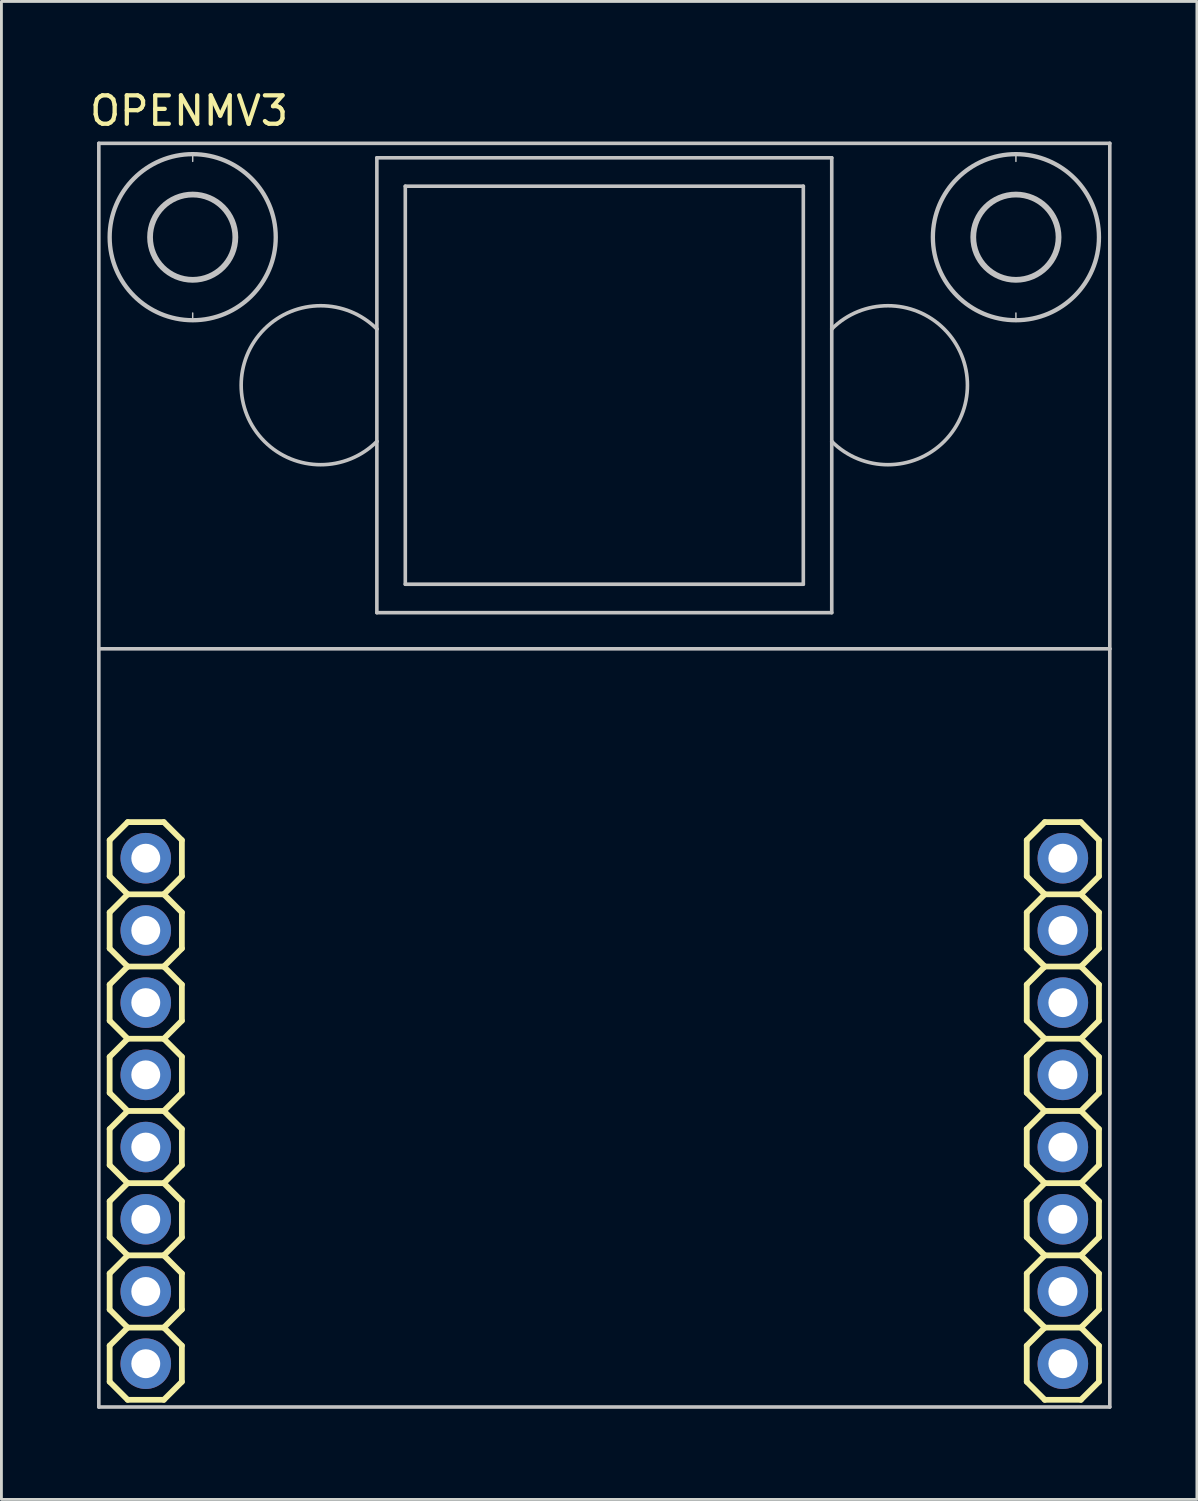
<source format=kicad_pcb>
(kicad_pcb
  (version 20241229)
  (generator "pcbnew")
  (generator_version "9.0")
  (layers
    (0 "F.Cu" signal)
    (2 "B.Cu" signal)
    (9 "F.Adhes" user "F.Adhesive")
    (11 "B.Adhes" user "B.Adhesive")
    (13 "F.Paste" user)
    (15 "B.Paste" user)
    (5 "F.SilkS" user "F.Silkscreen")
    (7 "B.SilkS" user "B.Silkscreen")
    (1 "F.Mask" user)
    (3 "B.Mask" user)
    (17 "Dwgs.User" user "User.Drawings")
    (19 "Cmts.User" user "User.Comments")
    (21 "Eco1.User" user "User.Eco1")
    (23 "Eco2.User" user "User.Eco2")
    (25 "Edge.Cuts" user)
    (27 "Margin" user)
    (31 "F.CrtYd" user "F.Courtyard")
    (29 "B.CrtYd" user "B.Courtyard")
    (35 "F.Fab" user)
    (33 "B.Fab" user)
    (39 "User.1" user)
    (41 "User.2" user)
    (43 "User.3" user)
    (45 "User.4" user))
  (footprint "OPENMV3"
    (layer "F.Cu")
    (at 0.426 46.441)
    (property "Reference" "OPENMV3" (at 3.175 -45.593 0) (layer "F.SilkS") (effects (font (size 1 1) (thickness 0.15))))
    (attr through_hole)
    (fp_line (start 0.381 -19.939) (end 0.381 -18.669) (stroke (width 0.203) (type solid)) (layer "F.SilkS"))
    (fp_line (start 0.381 -18.669) (end 1.016 -18.034) (stroke (width 0.203) (type solid)) (layer "F.SilkS"))
    (fp_line (start 0.381 -17.399) (end 0.381 -16.129) (stroke (width 0.203) (type solid)) (layer "F.SilkS"))
    (fp_line (start 0.381 -16.129) (end 1.016 -15.494) (stroke (width 0.203) (type solid)) (layer "F.SilkS"))
    (fp_line (start 0.381 -14.859) (end 0.381 -13.589) (stroke (width 0.203) (type solid)) (layer "F.SilkS"))
    (fp_line (start 0.381 -13.589) (end 1.016 -12.954) (stroke (width 0.203) (type solid)) (layer "F.SilkS"))
    (fp_line (start 0.381 -12.319) (end 0.381 -11.049) (stroke (width 0.203) (type solid)) (layer "F.SilkS"))
    (fp_line (start 0.381 -11.049) (end 1.016 -10.414) (stroke (width 0.203) (type solid)) (layer "F.SilkS"))
    (fp_line (start 0.381 -9.779) (end 0.381 -8.509) (stroke (width 0.203) (type solid)) (layer "F.SilkS"))
    (fp_line (start 0.381 -8.509) (end 1.016 -7.874) (stroke (width 0.203) (type solid)) (layer "F.SilkS"))
    (fp_line (start 0.381 -7.239) (end 0.381 -5.969) (stroke (width 0.203) (type solid)) (layer "F.SilkS"))
    (fp_line (start 0.381 -5.969) (end 1.016 -5.334) (stroke (width 0.203) (type solid)) (layer "F.SilkS"))
    (fp_line (start 0.381 -4.699) (end 0.381 -3.429) (stroke (width 0.203) (type solid)) (layer "F.SilkS"))
    (fp_line (start 0.381 -3.429) (end 1.016 -2.794) (stroke (width 0.203) (type solid)) (layer "F.SilkS"))
    (fp_line (start 0.381 -2.159) (end 0.381 -0.889) (stroke (width 0.203) (type solid)) (layer "F.SilkS"))
    (fp_line (start 0.381 -0.889) (end 1.016 -0.254) (stroke (width 0.203) (type solid)) (layer "F.SilkS"))
    (fp_line (start 1.016 -20.574) (end 0.381 -19.939) (stroke (width 0.203) (type solid)) (layer "F.SilkS"))
    (fp_line (start 1.016 -20.574) (end 2.286 -20.574) (stroke (width 0.203) (type solid)) (layer "F.SilkS"))
    (fp_line (start 1.016 -18.034) (end 0.381 -17.399) (stroke (width 0.203) (type solid)) (layer "F.SilkS"))
    (fp_line (start 1.016 -15.494) (end 0.381 -14.859) (stroke (width 0.203) (type solid)) (layer "F.SilkS"))
    (fp_line (start 1.016 -12.954) (end 0.381 -12.319) (stroke (width 0.203) (type solid)) (layer "F.SilkS"))
    (fp_line (start 1.016 -10.414) (end 0.381 -9.779) (stroke (width 0.203) (type solid)) (layer "F.SilkS"))
    (fp_line (start 1.016 -7.874) (end 0.381 -7.239) (stroke (width 0.203) (type solid)) (layer "F.SilkS"))
    (fp_line (start 1.016 -5.334) (end 0.381 -4.699) (stroke (width 0.203) (type solid)) (layer "F.SilkS"))
    (fp_line (start 1.016 -2.794) (end 0.381 -2.159) (stroke (width 0.203) (type solid)) (layer "F.SilkS"))
    (fp_line (start 2.286 -20.574) (end 2.921 -19.939) (stroke (width 0.203) (type solid)) (layer "F.SilkS"))
    (fp_line (start 2.286 -18.034) (end 1.016 -18.034) (stroke (width 0.203) (type solid)) (layer "F.SilkS"))
    (fp_line (start 2.286 -18.034) (end 2.921 -17.399) (stroke (width 0.203) (type solid)) (layer "F.SilkS"))
    (fp_line (start 2.286 -15.494) (end 1.016 -15.494) (stroke (width 0.203) (type solid)) (layer "F.SilkS"))
    (fp_line (start 2.286 -15.494) (end 2.921 -14.859) (stroke (width 0.203) (type solid)) (layer "F.SilkS"))
    (fp_line (start 2.286 -12.954) (end 1.016 -12.954) (stroke (width 0.203) (type solid)) (layer "F.SilkS"))
    (fp_line (start 2.286 -12.954) (end 2.921 -12.319) (stroke (width 0.203) (type solid)) (layer "F.SilkS"))
    (fp_line (start 2.286 -10.414) (end 1.016 -10.414) (stroke (width 0.203) (type solid)) (layer "F.SilkS"))
    (fp_line (start 2.286 -10.414) (end 2.921 -9.779) (stroke (width 0.203) (type solid)) (layer "F.SilkS"))
    (fp_line (start 2.286 -7.874) (end 1.016 -7.874) (stroke (width 0.203) (type solid)) (layer "F.SilkS"))
    (fp_line (start 2.286 -7.874) (end 2.921 -7.239) (stroke (width 0.203) (type solid)) (layer "F.SilkS"))
    (fp_line (start 2.286 -5.334) (end 1.016 -5.334) (stroke (width 0.203) (type solid)) (layer "F.SilkS"))
    (fp_line (start 2.286 -5.334) (end 2.921 -4.699) (stroke (width 0.203) (type solid)) (layer "F.SilkS"))
    (fp_line (start 2.286 -2.794) (end 1.016 -2.794) (stroke (width 0.203) (type solid)) (layer "F.SilkS"))
    (fp_line (start 2.286 -2.794) (end 2.921 -2.159) (stroke (width 0.203) (type solid)) (layer "F.SilkS"))
    (fp_line (start 2.286 -0.254) (end 1.016 -0.254) (stroke (width 0.203) (type solid)) (layer "F.SilkS"))
    (fp_line (start 2.921 -19.939) (end 2.921 -18.669) (stroke (width 0.203) (type solid)) (layer "F.SilkS"))
    (fp_line (start 2.921 -18.669) (end 2.286 -18.034) (stroke (width 0.203) (type solid)) (layer "F.SilkS"))
    (fp_line (start 2.921 -17.399) (end 2.921 -16.129) (stroke (width 0.203) (type solid)) (layer "F.SilkS"))
    (fp_line (start 2.921 -16.129) (end 2.286 -15.494) (stroke (width 0.203) (type solid)) (layer "F.SilkS"))
    (fp_line (start 2.921 -14.859) (end 2.921 -13.589) (stroke (width 0.203) (type solid)) (layer "F.SilkS"))
    (fp_line (start 2.921 -13.589) (end 2.286 -12.954) (stroke (width 0.203) (type solid)) (layer "F.SilkS"))
    (fp_line (start 2.921 -12.319) (end 2.921 -11.049) (stroke (width 0.203) (type solid)) (layer "F.SilkS"))
    (fp_line (start 2.921 -11.049) (end 2.286 -10.414) (stroke (width 0.203) (type solid)) (layer "F.SilkS"))
    (fp_line (start 2.921 -9.779) (end 2.921 -8.509) (stroke (width 0.203) (type solid)) (layer "F.SilkS"))
    (fp_line (start 2.921 -8.509) (end 2.286 -7.874) (stroke (width 0.203) (type solid)) (layer "F.SilkS"))
    (fp_line (start 2.921 -7.239) (end 2.921 -5.969) (stroke (width 0.203) (type solid)) (layer "F.SilkS"))
    (fp_line (start 2.921 -5.969) (end 2.286 -5.334) (stroke (width 0.203) (type solid)) (layer "F.SilkS"))
    (fp_line (start 2.921 -4.699) (end 2.921 -3.429) (stroke (width 0.203) (type solid)) (layer "F.SilkS"))
    (fp_line (start 2.921 -3.429) (end 2.286 -2.794) (stroke (width 0.203) (type solid)) (layer "F.SilkS"))
    (fp_line (start 2.921 -2.159) (end 2.921 -0.889) (stroke (width 0.203) (type solid)) (layer "F.SilkS"))
    (fp_line (start 2.921 -0.889) (end 2.286 -0.254) (stroke (width 0.203) (type solid)) (layer "F.SilkS"))
    (fp_line (start 32.639 -19.939) (end 32.639 -18.669) (stroke (width 0.203) (type solid)) (layer "F.SilkS"))
    (fp_line (start 32.639 -18.669) (end 33.274 -18.034) (stroke (width 0.203) (type solid)) (layer "F.SilkS"))
    (fp_line (start 32.639 -17.399) (end 32.639 -16.129) (stroke (width 0.203) (type solid)) (layer "F.SilkS"))
    (fp_line (start 32.639 -16.129) (end 33.274 -15.494) (stroke (width 0.203) (type solid)) (layer "F.SilkS"))
    (fp_line (start 32.639 -14.859) (end 32.639 -13.589) (stroke (width 0.203) (type solid)) (layer "F.SilkS"))
    (fp_line (start 32.639 -13.589) (end 33.274 -12.954) (stroke (width 0.203) (type solid)) (layer "F.SilkS"))
    (fp_line (start 32.639 -12.319) (end 32.639 -11.049) (stroke (width 0.203) (type solid)) (layer "F.SilkS"))
    (fp_line (start 32.639 -11.049) (end 33.274 -10.414) (stroke (width 0.203) (type solid)) (layer "F.SilkS"))
    (fp_line (start 32.639 -9.779) (end 32.639 -8.509) (stroke (width 0.203) (type solid)) (layer "F.SilkS"))
    (fp_line (start 32.639 -8.509) (end 33.274 -7.874) (stroke (width 0.203) (type solid)) (layer "F.SilkS"))
    (fp_line (start 32.639 -7.239) (end 32.639 -5.969) (stroke (width 0.203) (type solid)) (layer "F.SilkS"))
    (fp_line (start 32.639 -5.969) (end 33.274 -5.334) (stroke (width 0.203) (type solid)) (layer "F.SilkS"))
    (fp_line (start 32.639 -4.699) (end 32.639 -3.429) (stroke (width 0.203) (type solid)) (layer "F.SilkS"))
    (fp_line (start 32.639 -3.429) (end 33.274 -2.794) (stroke (width 0.203) (type solid)) (layer "F.SilkS"))
    (fp_line (start 32.639 -2.159) (end 32.639 -0.889) (stroke (width 0.203) (type solid)) (layer "F.SilkS"))
    (fp_line (start 32.639 -0.889) (end 33.274 -0.254) (stroke (width 0.203) (type solid)) (layer "F.SilkS"))
    (fp_line (start 33.274 -20.574) (end 32.639 -19.939) (stroke (width 0.203) (type solid)) (layer "F.SilkS"))
    (fp_line (start 33.274 -20.574) (end 34.544 -20.574) (stroke (width 0.203) (type solid)) (layer "F.SilkS"))
    (fp_line (start 33.274 -18.034) (end 32.639 -17.399) (stroke (width 0.203) (type solid)) (layer "F.SilkS"))
    (fp_line (start 33.274 -15.494) (end 32.639 -14.859) (stroke (width 0.203) (type solid)) (layer "F.SilkS"))
    (fp_line (start 33.274 -12.954) (end 32.639 -12.319) (stroke (width 0.203) (type solid)) (layer "F.SilkS"))
    (fp_line (start 33.274 -10.414) (end 32.639 -9.779) (stroke (width 0.203) (type solid)) (layer "F.SilkS"))
    (fp_line (start 33.274 -7.874) (end 32.639 -7.239) (stroke (width 0.203) (type solid)) (layer "F.SilkS"))
    (fp_line (start 33.274 -5.334) (end 32.639 -4.699) (stroke (width 0.203) (type solid)) (layer "F.SilkS"))
    (fp_line (start 33.274 -2.794) (end 32.639 -2.159) (stroke (width 0.203) (type solid)) (layer "F.SilkS"))
    (fp_line (start 34.544 -20.574) (end 35.179 -19.939) (stroke (width 0.203) (type solid)) (layer "F.SilkS"))
    (fp_line (start 34.544 -18.034) (end 33.274 -18.034) (stroke (width 0.203) (type solid)) (layer "F.SilkS"))
    (fp_line (start 34.544 -18.034) (end 35.179 -17.399) (stroke (width 0.203) (type solid)) (layer "F.SilkS"))
    (fp_line (start 34.544 -15.494) (end 33.274 -15.494) (stroke (width 0.203) (type solid)) (layer "F.SilkS"))
    (fp_line (start 34.544 -15.494) (end 35.179 -14.859) (stroke (width 0.203) (type solid)) (layer "F.SilkS"))
    (fp_line (start 34.544 -12.954) (end 33.274 -12.954) (stroke (width 0.203) (type solid)) (layer "F.SilkS"))
    (fp_line (start 34.544 -12.954) (end 35.179 -12.319) (stroke (width 0.203) (type solid)) (layer "F.SilkS"))
    (fp_line (start 34.544 -10.414) (end 33.274 -10.414) (stroke (width 0.203) (type solid)) (layer "F.SilkS"))
    (fp_line (start 34.544 -10.414) (end 35.179 -9.779) (stroke (width 0.203) (type solid)) (layer "F.SilkS"))
    (fp_line (start 34.544 -7.874) (end 33.274 -7.874) (stroke (width 0.203) (type solid)) (layer "F.SilkS"))
    (fp_line (start 34.544 -7.874) (end 35.179 -7.239) (stroke (width 0.203) (type solid)) (layer "F.SilkS"))
    (fp_line (start 34.544 -5.334) (end 33.274 -5.334) (stroke (width 0.203) (type solid)) (layer "F.SilkS"))
    (fp_line (start 34.544 -5.334) (end 35.179 -4.699) (stroke (width 0.203) (type solid)) (layer "F.SilkS"))
    (fp_line (start 34.544 -2.794) (end 33.274 -2.794) (stroke (width 0.203) (type solid)) (layer "F.SilkS"))
    (fp_line (start 34.544 -2.794) (end 35.179 -2.159) (stroke (width 0.203) (type solid)) (layer "F.SilkS"))
    (fp_line (start 34.544 -0.254) (end 33.274 -0.254) (stroke (width 0.203) (type solid)) (layer "F.SilkS"))
    (fp_line (start 35.179 -19.939) (end 35.179 -18.669) (stroke (width 0.203) (type solid)) (layer "F.SilkS"))
    (fp_line (start 35.179 -18.669) (end 34.544 -18.034) (stroke (width 0.203) (type solid)) (layer "F.SilkS"))
    (fp_line (start 35.179 -17.399) (end 35.179 -16.129) (stroke (width 0.203) (type solid)) (layer "F.SilkS"))
    (fp_line (start 35.179 -16.129) (end 34.544 -15.494) (stroke (width 0.203) (type solid)) (layer "F.SilkS"))
    (fp_line (start 35.179 -14.859) (end 35.179 -13.589) (stroke (width 0.203) (type solid)) (layer "F.SilkS"))
    (fp_line (start 35.179 -13.589) (end 34.544 -12.954) (stroke (width 0.203) (type solid)) (layer "F.SilkS"))
    (fp_line (start 35.179 -12.319) (end 35.179 -11.049) (stroke (width 0.203) (type solid)) (layer "F.SilkS"))
    (fp_line (start 35.179 -11.049) (end 34.544 -10.414) (stroke (width 0.203) (type solid)) (layer "F.SilkS"))
    (fp_line (start 35.179 -9.779) (end 35.179 -8.509) (stroke (width 0.203) (type solid)) (layer "F.SilkS"))
    (fp_line (start 35.179 -8.509) (end 34.544 -7.874) (stroke (width 0.203) (type solid)) (layer "F.SilkS"))
    (fp_line (start 35.179 -7.239) (end 35.179 -5.969) (stroke (width 0.203) (type solid)) (layer "F.SilkS"))
    (fp_line (start 35.179 -5.969) (end 34.544 -5.334) (stroke (width 0.203) (type solid)) (layer "F.SilkS"))
    (fp_line (start 35.179 -4.699) (end 35.179 -3.429) (stroke (width 0.203) (type solid)) (layer "F.SilkS"))
    (fp_line (start 35.179 -3.429) (end 34.544 -2.794) (stroke (width 0.203) (type solid)) (layer "F.SilkS"))
    (fp_line (start 35.179 -2.159) (end 35.179 -0.889) (stroke (width 0.203) (type solid)) (layer "F.SilkS"))
    (fp_line (start 35.179 -0.889) (end 34.544 -0.254) (stroke (width 0.203) (type solid)) (layer "F.SilkS"))
    (fp_line (start 0 -44.45) (end 35.56 -44.45) (stroke (width 0.127) (type solid)) (layer "Dwgs.User"))
    (fp_line (start 0 -26.67) (end 0 -44.45) (stroke (width 0.127) (type solid)) (layer "Dwgs.User"))
    (fp_line (start 0 -26.67) (end 35.56 -26.67) (stroke (width 0.127) (type solid)) (layer "Dwgs.User"))
    (fp_line (start 0 0) (end 0 -26.67) (stroke (width 0.127) (type solid)) (layer "Dwgs.User"))
    (fp_line (start 3.302 -44.069) (end 3.302 -43.815) (stroke (width 0.051) (type solid)) (layer "Dwgs.User"))
    (fp_line (start 3.302 -38.481) (end 3.302 -38.227) (stroke (width 0.051) (type solid)) (layer "Dwgs.User"))
    (fp_line (start 9.78 -43.941) (end 25.78 -43.941) (stroke (width 0.127) (type solid)) (layer "Dwgs.User"))
    (fp_line (start 9.78 -37.918) (end 9.78 -43.941) (stroke (width 0.127) (type solid)) (layer "Dwgs.User"))
    (fp_line (start 9.78 -33.964) (end 9.78 -37.918) (stroke (width 0.127) (type solid)) (layer "Dwgs.User"))
    (fp_line (start 9.78 -27.941) (end 9.78 -33.964) (stroke (width 0.127) (type solid)) (layer "Dwgs.User"))
    (fp_line (start 10.78 -42.941) (end 10.78 -28.941) (stroke (width 0.127) (type solid)) (layer "Dwgs.User"))
    (fp_line (start 10.78 -28.941) (end 24.78 -28.941) (stroke (width 0.127) (type solid)) (layer "Dwgs.User"))
    (fp_line (start 24.78 -42.941) (end 10.78 -42.941) (stroke (width 0.127) (type solid)) (layer "Dwgs.User"))
    (fp_line (start 24.78 -28.941) (end 24.78 -42.941) (stroke (width 0.127) (type solid)) (layer "Dwgs.User"))
    (fp_line (start 25.78 -43.941) (end 25.78 -37.918) (stroke (width 0.127) (type solid)) (layer "Dwgs.User"))
    (fp_line (start 25.78 -37.918) (end 25.78 -33.964) (stroke (width 0.127) (type solid)) (layer "Dwgs.User"))
    (fp_line (start 25.78 -33.964) (end 25.78 -27.941) (stroke (width 0.127) (type solid)) (layer "Dwgs.User"))
    (fp_line (start 25.78 -27.941) (end 9.78 -27.941) (stroke (width 0.127) (type solid)) (layer "Dwgs.User"))
    (fp_line (start 32.258 -44.069) (end 32.258 -43.815) (stroke (width 0.051) (type solid)) (layer "Dwgs.User"))
    (fp_line (start 32.258 -38.481) (end 32.258 -38.227) (stroke (width 0.051) (type solid)) (layer "Dwgs.User"))
    (fp_line (start 35.56 -44.45) (end 35.56 -26.67) (stroke (width 0.127) (type solid)) (layer "Dwgs.User"))
    (fp_line (start 35.56 -26.67) (end 35.56 0) (stroke (width 0.127) (type solid)) (layer "Dwgs.User"))
    (fp_line (start 35.56 0) (end 0 0) (stroke (width 0.127) (type solid)) (layer "Dwgs.User"))
    (fp_arc (start 9.78 -33.964) (mid 5.0071 -35.941) (end 9.78 -37.918) (stroke (width 0.127) (type solid)) (layer "Dwgs.User"))
    (fp_arc (start 25.78 -37.918) (mid 30.5529 -35.941) (end 25.78 -33.964) (stroke (width 0.127) (type solid)) (layer "Dwgs.User"))
    (fp_circle (center 3.302 -41.148) (end 4.802 -41.148) (stroke (width 0.203) (type solid)) (fill no) (layer "Dwgs.User"))
    (fp_circle (center 3.302 -41.148) (end 6.223 -41.148) (stroke (width 0.152) (type solid)) (fill no) (layer "Dwgs.User"))
    (fp_circle (center 32.258 -41.148) (end 33.758 -41.148) (stroke (width 0.203) (type solid)) (fill no) (layer "Dwgs.User"))
    (fp_circle (center 32.258 -41.148) (end 35.179 -41.148) (stroke (width 0.152) (type solid)) (fill no) (layer "Dwgs.User"))
    (pad "11" thru_hole circle (at 1.651 -19.304) (size 1.778 1.778) (drill 1.016) (layers "*.Cu" "*.Mask"))
    (pad "12" thru_hole circle (at 1.651 -16.764) (size 1.778 1.778) (drill 1.016) (layers "*.Cu" "*.Mask"))
    (pad "13" thru_hole circle (at 1.651 -14.224) (size 1.778 1.778) (drill 1.016) (layers "*.Cu" "*.Mask"))
    (pad "14" thru_hole circle (at 1.651 -11.684) (size 1.778 1.778) (drill 1.016) (layers "*.Cu" "*.Mask"))
    (pad "15" thru_hole circle (at 1.651 -9.144) (size 1.778 1.778) (drill 1.016) (layers "*.Cu" "*.Mask"))
    (pad "16" thru_hole circle (at 1.651 -6.604) (size 1.778 1.778) (drill 1.016) (layers "*.Cu" "*.Mask"))
    (pad "17" thru_hole circle (at 1.651 -4.064) (size 1.778 1.778) (drill 1.016) (layers "*.Cu" "*.Mask"))
    (pad "18" thru_hole circle (at 1.651 -1.524) (size 1.778 1.778) (drill 1.016) (layers "*.Cu" "*.Mask"))
    (pad "21" thru_hole circle (at 33.909 -19.304) (size 1.778 1.778) (drill 1.016) (layers "*.Cu" "*.Mask"))
    (pad "22" thru_hole circle (at 33.909 -16.764) (size 1.778 1.778) (drill 1.016) (layers "*.Cu" "*.Mask"))
    (pad "23" thru_hole circle (at 33.909 -14.224) (size 1.778 1.778) (drill 1.016) (layers "*.Cu" "*.Mask"))
    (pad "24" thru_hole circle (at 33.909 -11.684) (size 1.778 1.778) (drill 1.016) (layers "*.Cu" "*.Mask"))
    (pad "25" thru_hole circle (at 33.909 -9.144) (size 1.778 1.778) (drill 1.016) (layers "*.Cu" "*.Mask"))
    (pad "26" thru_hole circle (at 33.909 -6.604) (size 1.778 1.778) (drill 1.016) (layers "*.Cu" "*.Mask"))
    (pad "27" thru_hole circle (at 33.909 -4.064) (size 1.778 1.778) (drill 1.016) (layers "*.Cu" "*.Mask"))
    (pad "28" thru_hole circle (at 33.909 -1.524) (size 1.778 1.778) (drill 1.016) (layers "*.Cu" "*.Mask")))
  (gr_rect
    (start -3 -3)
    (end 39.05 49.691)
    (stroke (width 0.1) (type default))
    (fill no)
    (layer "Edge.Cuts")))
</source>
